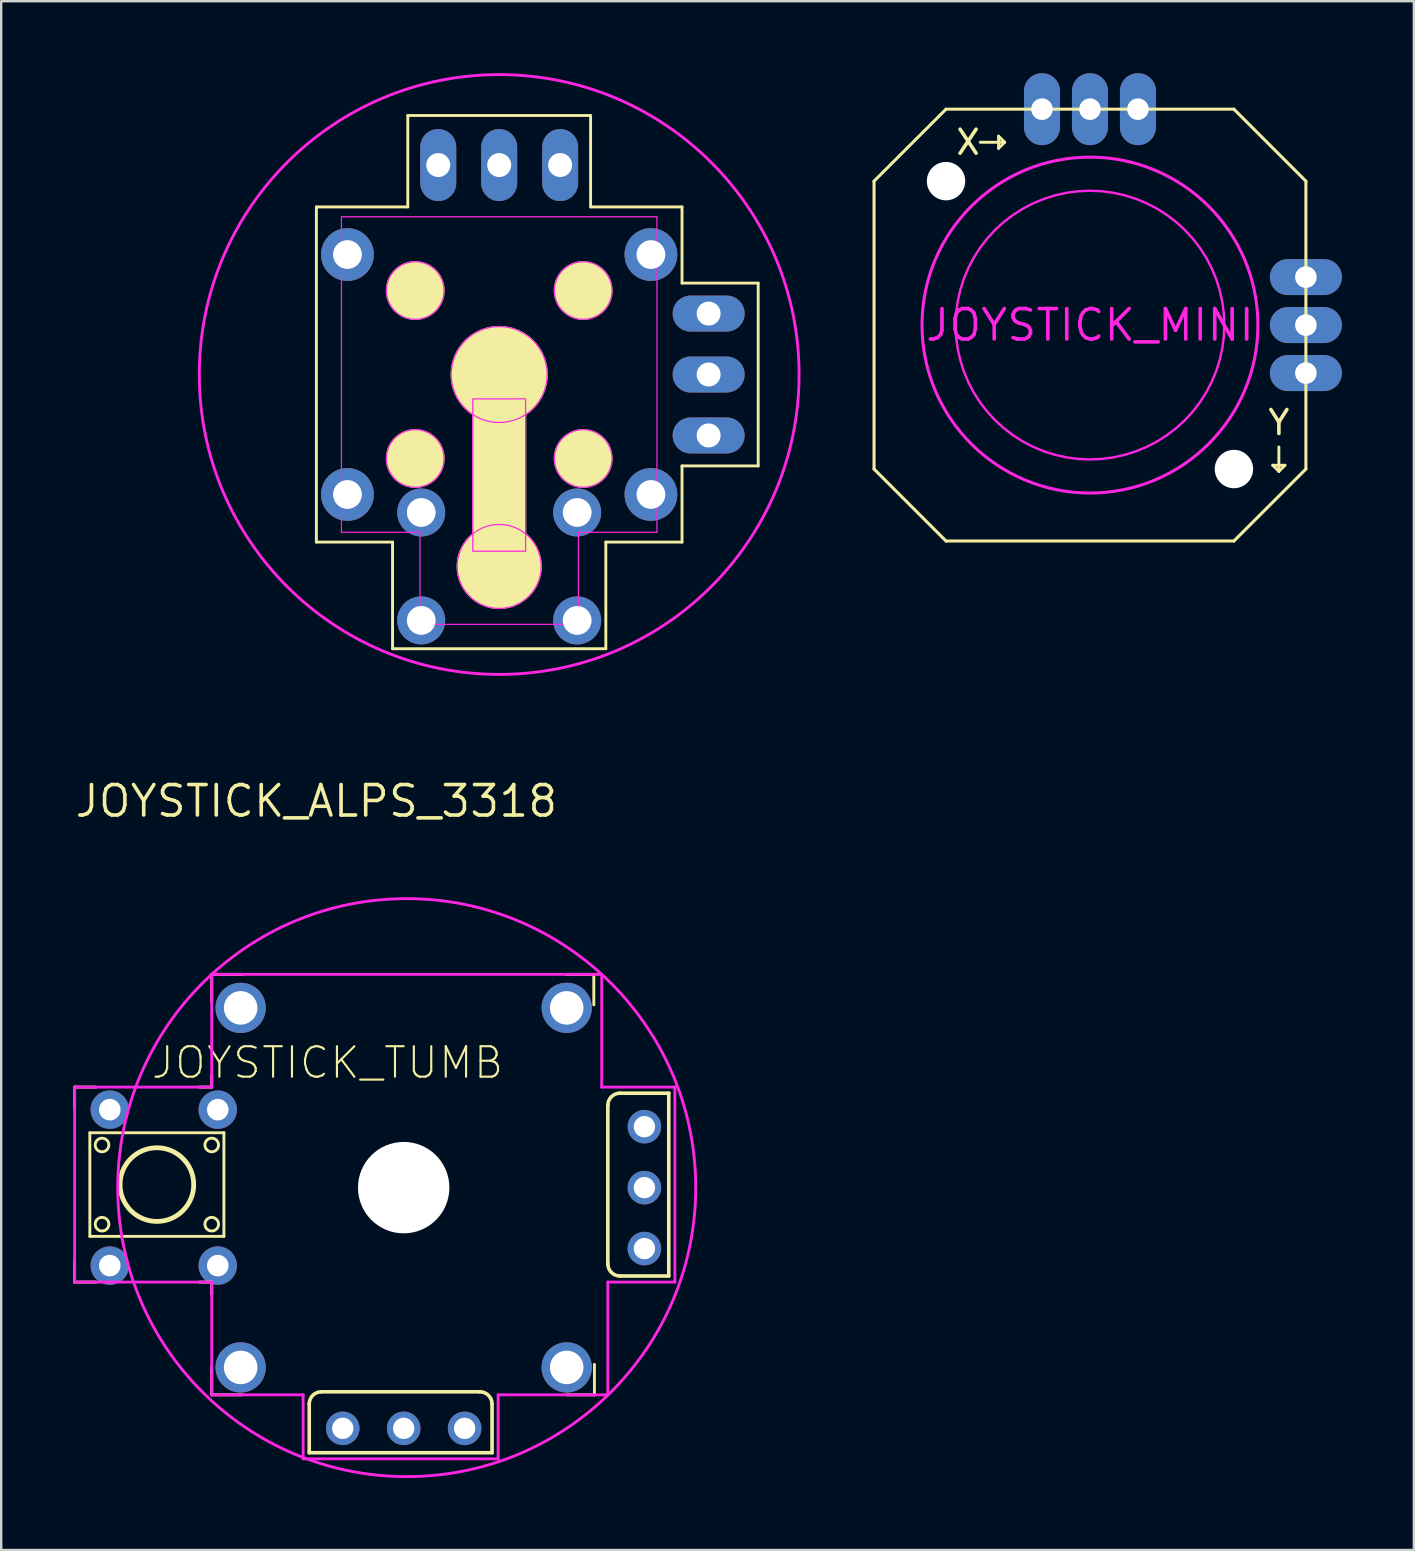
<source format=kicad_pcb>
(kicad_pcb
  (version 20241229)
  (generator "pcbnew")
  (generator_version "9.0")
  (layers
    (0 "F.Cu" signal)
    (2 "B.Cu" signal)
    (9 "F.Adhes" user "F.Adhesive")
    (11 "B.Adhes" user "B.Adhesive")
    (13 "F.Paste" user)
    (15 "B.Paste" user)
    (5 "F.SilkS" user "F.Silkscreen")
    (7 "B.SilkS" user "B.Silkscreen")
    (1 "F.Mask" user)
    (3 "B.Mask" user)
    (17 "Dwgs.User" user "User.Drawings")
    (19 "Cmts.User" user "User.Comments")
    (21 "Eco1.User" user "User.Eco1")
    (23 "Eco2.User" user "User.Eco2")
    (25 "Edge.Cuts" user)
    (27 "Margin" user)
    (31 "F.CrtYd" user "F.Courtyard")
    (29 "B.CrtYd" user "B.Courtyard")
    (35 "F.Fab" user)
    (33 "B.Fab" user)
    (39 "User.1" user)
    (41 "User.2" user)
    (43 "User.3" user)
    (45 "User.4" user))
  (footprint "JOYSTICK_MINI"
    (layer "F.Cu")
    (at 42.381 10.5)
    (property "Reference" "JOYSTICK_MINI" (at 0 0 0) (layer "F.CrtYd") (effects (font (size 1.27 1.27) (thickness 0.15))))
    (attr through_hole)
    (fp_line (start -9 -6) (end -6 -9) (stroke (width 0.127) (type solid)) (layer "F.SilkS"))
    (fp_line (start -9 6) (end -9 -6) (stroke (width 0.127) (type solid)) (layer "F.SilkS"))
    (fp_line (start -6 -9) (end 6 -9) (stroke (width 0.127) (type solid)) (layer "F.SilkS"))
    (fp_line (start -6 9) (end -9 6) (stroke (width 0.127) (type solid)) (layer "F.SilkS"))
    (fp_line (start -4.572 -7.62) (end -3.556 -7.62) (stroke (width 0.12) (type solid)) (layer "F.SilkS"))
    (fp_line (start -3.81 -7.874) (end -3.81 -7.366) (stroke (width 0.12) (type solid)) (layer "F.SilkS"))
    (fp_line (start -3.81 -7.366) (end -3.556 -7.62) (stroke (width 0.12) (type solid)) (layer "F.SilkS"))
    (fp_line (start -3.556 -7.62) (end -3.81 -7.874) (stroke (width 0.12) (type solid)) (layer "F.SilkS"))
    (fp_line (start 6 -9) (end 9 -6) (stroke (width 0.127) (type solid)) (layer "F.SilkS"))
    (fp_line (start 6 9) (end -6 9) (stroke (width 0.127) (type solid)) (layer "F.SilkS"))
    (fp_line (start 7.62 5.842) (end 7.874 6.096) (stroke (width 0.12) (type solid)) (layer "F.SilkS"))
    (fp_line (start 7.874 5.08) (end 7.874 6.096) (stroke (width 0.12) (type solid)) (layer "F.SilkS"))
    (fp_line (start 7.874 6.096) (end 8.128 5.842) (stroke (width 0.12) (type solid)) (layer "F.SilkS"))
    (fp_line (start 8.128 5.842) (end 7.62 5.842) (stroke (width 0.12) (type solid)) (layer "F.SilkS"))
    (fp_line (start 9 -6) (end 9 6) (stroke (width 0.127) (type solid)) (layer "F.SilkS"))
    (fp_line (start 9 6) (end 6 9) (stroke (width 0.127) (type solid)) (layer "F.SilkS"))
    (fp_circle (center 0 0) (end 7 0) (stroke (width 0.127) (type solid)) (fill no) (layer "F.CrtYd"))
    (fp_poly (pts (xy 0 -5.6) (xy 0.488 -5.579) (xy 0.972 -5.515) (xy 1.449 -5.409) (xy 1.915 -5.262) (xy 2.367 -5.075) (xy 2.8 -4.85) (xy 3.212 -4.587) (xy 3.6 -4.29) (xy 3.96 -3.96) (xy 4.29 -3.6) (xy 4.587 -3.212) (xy 4.85 -2.8) (xy 5.075 -2.367) (xy 5.262 -1.915) (xy 5.409 -1.449) (xy 5.515 -0.972) (xy 5.579 -0.488) (xy 5.6 0) (xy 5.579 0.488) (xy 5.515 0.972) (xy 5.409 1.449) (xy 5.262 1.915) (xy 5.075 2.367) (xy 4.85 2.8) (xy 4.587 3.212) (xy 4.29 3.6) (xy 3.96 3.96) (xy 3.6 4.29) (xy 3.212 4.587) (xy 2.8 4.85) (xy 2.367 5.075) (xy 1.915 5.262) (xy 1.449 5.409) (xy 0.972 5.515) (xy 0.488 5.579) (xy 0 5.6) (xy -0.488 5.579) (xy -0.972 5.515) (xy -1.449 5.409) (xy -1.915 5.262) (xy -2.367 5.075) (xy -2.8 4.85) (xy -3.212 4.587) (xy -3.6 4.29) (xy -3.96 3.96) (xy -4.29 3.6) (xy -4.587 3.212) (xy -4.85 2.8) (xy -5.075 2.367) (xy -5.262 1.915) (xy -5.409 1.449) (xy -5.515 0.972) (xy -5.579 0.488) (xy -5.6 0) (xy -5.579 -0.488) (xy -5.515 -0.972) (xy -5.409 -1.449) (xy -5.262 -1.915) (xy -5.075 -2.367) (xy -4.85 -2.8) (xy -4.587 -3.212) (xy -4.29 -3.6) (xy -3.96 -3.96) (xy -3.6 -4.29) (xy -3.212 -4.587) (xy -2.8 -4.85) (xy -2.367 -5.075) (xy -1.915 -5.262) (xy -1.449 -5.409) (xy -0.972 -5.515) (xy -0.488 -5.579)) (stroke (width 0.1) (type solid)) (fill no) (layer "F.CrtYd"))
    (fp_text user "Y" (at 7.874 4.064 0) (layer "F.SilkS") (effects (font (size 1 1) (thickness 0.15))))
    (fp_text user "X" (at -5.08 -7.62 0) (layer "F.SilkS") (effects (font (size 1 1) (thickness 0.15))))
    (pad "" np_thru_hole circle (at -6 -6) (size 1.6 1.6) (drill 1.6) (layers "*.Cu" "*.Mask"))
    (pad "" np_thru_hole circle (at 6 6) (size 1.6 1.6) (drill 1.6) (layers "*.Cu" "*.Mask"))
    (pad "1" thru_hole oval (at -2 -9 90) (size 3 1.5) (drill 0.9) (layers "*.Cu" "*.Mask"))
    (pad "2" thru_hole oval (at 0 -9 90) (size 3 1.5) (drill 0.9) (layers "*.Cu" "*.Mask"))
    (pad "3" thru_hole oval (at 2 -9 90) (size 3 1.5) (drill 0.9) (layers "*.Cu" "*.Mask"))
    (pad "4" thru_hole oval (at 9 -2) (size 3 1.5) (drill 0.9) (layers "*.Cu" "*.Mask"))
    (pad "5" thru_hole oval (at 9 0) (size 3 1.5) (drill 0.9) (layers "*.Cu" "*.Mask"))
    (pad "6" thru_hole oval (at 9 2) (size 3 1.5) (drill 0.9) (layers "*.Cu" "*.Mask")))
  (footprint "JOYSTICK_ALPS_3318"
    (layer "F.Cu")
    (at 17.757 12.56)
    (property "Reference" "JOYSTICK_ALPS_3318" (at -7.62 17.78 0) (layer "F.SilkS") (effects (font (size 1.27 1.27) (thickness 0.15))))
    (attr through_hole)
    (fp_line (start -7.62 -6.985) (end -3.81 -6.985) (stroke (width 0.12) (type solid)) (layer "F.SilkS"))
    (fp_line (start -7.62 6.985) (end -7.62 -6.985) (stroke (width 0.12) (type solid)) (layer "F.SilkS"))
    (fp_line (start -4.445 6.985) (end -7.62 6.985) (stroke (width 0.12) (type solid)) (layer "F.SilkS"))
    (fp_line (start -4.445 11.43) (end -4.445 6.985) (stroke (width 0.12) (type solid)) (layer "F.SilkS"))
    (fp_line (start -3.81 -10.795) (end 3.81 -10.795) (stroke (width 0.12) (type solid)) (layer "F.SilkS"))
    (fp_line (start -3.81 -6.985) (end -3.81 -10.795) (stroke (width 0.12) (type solid)) (layer "F.SilkS"))
    (fp_line (start 3.81 -10.795) (end 3.81 -6.985) (stroke (width 0.12) (type solid)) (layer "F.SilkS"))
    (fp_line (start 3.81 -6.985) (end 7.62 -6.985) (stroke (width 0.12) (type solid)) (layer "F.SilkS"))
    (fp_line (start 4.445 6.985) (end 4.445 11.43) (stroke (width 0.12) (type solid)) (layer "F.SilkS"))
    (fp_line (start 4.445 11.43) (end -4.445 11.43) (stroke (width 0.12) (type solid)) (layer "F.SilkS"))
    (fp_line (start 7.62 -6.985) (end 7.62 -3.81) (stroke (width 0.12) (type solid)) (layer "F.SilkS"))
    (fp_line (start 7.62 -3.81) (end 10.795 -3.81) (stroke (width 0.12) (type solid)) (layer "F.SilkS"))
    (fp_line (start 7.62 3.81) (end 7.62 6.985) (stroke (width 0.12) (type solid)) (layer "F.SilkS"))
    (fp_line (start 7.62 6.985) (end 4.445 6.985) (stroke (width 0.12) (type solid)) (layer "F.SilkS"))
    (fp_line (start 10.795 -3.81) (end 10.795 3.81) (stroke (width 0.12) (type solid)) (layer "F.SilkS"))
    (fp_line (start 10.795 3.81) (end 7.62 3.81) (stroke (width 0.12) (type solid)) (layer "F.SilkS"))
    (fp_rect (start -1.1 1.016) (end 1.1 7.366) (stroke (width 0.05) (type solid)) (fill yes) (layer "F.SilkS"))
    (fp_circle (center -3.5 -3.5) (end -2.3 -3.5) (stroke (width 0.05) (type solid)) (fill yes) (layer "F.SilkS"))
    (fp_circle (center -3.5 3.5) (end -2.3 3.5) (stroke (width 0.05) (type solid)) (fill yes) (layer "F.SilkS"))
    (fp_circle (center 0 0) (end 2 0) (stroke (width 0.05) (type solid)) (fill yes) (layer "F.SilkS"))
    (fp_circle (center 0 8) (end 1.75 8) (stroke (width 0.05) (type solid)) (fill yes) (layer "F.SilkS"))
    (fp_circle (center 3.5 -3.5) (end 4.7 -3.5) (stroke (width 0.05) (type solid)) (fill yes) (layer "F.SilkS"))
    (fp_circle (center 3.5 3.5) (end 4.7 3.5) (stroke (width 0.05) (type solid)) (fill yes) (layer "F.SilkS"))
    (fp_line (start -6.575 -6.575) (end 6.575 -6.575) (stroke (width 0.05) (type solid)) (layer "F.CrtYd"))
    (fp_line (start -6.575 6.575) (end -6.575 -6.575) (stroke (width 0.05) (type solid)) (layer "F.CrtYd"))
    (fp_line (start -3.302 6.575) (end -6.575 6.575) (stroke (width 0.05) (type solid)) (layer "F.CrtYd"))
    (fp_line (start -3.302 10.414) (end -3.302 6.575) (stroke (width 0.05) (type solid)) (layer "F.CrtYd"))
    (fp_line (start 3.302 6.575) (end 3.302 10.414) (stroke (width 0.05) (type solid)) (layer "F.CrtYd"))
    (fp_line (start 3.302 10.414) (end -3.302 10.414) (stroke (width 0.05) (type solid)) (layer "F.CrtYd"))
    (fp_line (start 6.575 -6.575) (end 6.575 6.575) (stroke (width 0.05) (type solid)) (layer "F.CrtYd"))
    (fp_line (start 6.575 6.575) (end 3.302 6.575) (stroke (width 0.05) (type solid)) (layer "F.CrtYd"))
    (fp_rect (start -1.1 1.016) (end 1.1 7.366) (stroke (width 0.05) (type solid)) (fill no) (layer "F.CrtYd"))
    (fp_circle (center -3.5 -3.5) (end -2.3 -3.5) (stroke (width 0.05) (type solid)) (fill no) (layer "F.CrtYd"))
    (fp_circle (center -3.5 3.5) (end -2.3 3.5) (stroke (width 0.05) (type solid)) (fill no) (layer "F.CrtYd"))
    (fp_circle (center 0 0) (end 2 0) (stroke (width 0.05) (type solid)) (fill no) (layer "F.CrtYd"))
    (fp_circle (center 0 0) (end 12.5 0) (stroke (width 0.12) (type solid)) (fill no) (layer "F.CrtYd"))
    (fp_circle (center 0 8) (end 1.75 8) (stroke (width 0.05) (type solid)) (fill no) (layer "F.CrtYd"))
    (fp_circle (center 3.5 -3.5) (end 4.7 -3.5) (stroke (width 0.05) (type solid)) (fill no) (layer "F.CrtYd"))
    (fp_circle (center 3.5 3.5) (end 4.7 3.5) (stroke (width 0.05) (type solid)) (fill no) (layer "F.CrtYd"))
    (pad "1" thru_hole oval (at 8.73 2.54 180) (size 3 1.5) (drill 1) (layers "*.Cu" "*.Mask"))
    (pad "2" thru_hole oval (at 8.73 0 180) (size 3 1.5) (drill 1) (layers "*.Cu" "*.Mask"))
    (pad "3" thru_hole oval (at 8.73 -2.54 180) (size 3 1.5) (drill 1) (layers "*.Cu" "*.Mask"))
    (pad "4" thru_hole oval (at 2.54 -8.73 90) (size 3 1.5) (drill 1) (layers "*.Cu" "*.Mask"))
    (pad "5" thru_hole oval (at 0 -8.73 90) (size 3 1.5) (drill 1) (layers "*.Cu" "*.Mask"))
    (pad "6" thru_hole oval (at -2.54 -8.73 90) (size 3 1.5) (drill 1) (layers "*.Cu" "*.Mask"))
    (pad "7" thru_hole circle (at -3.25 10.25 180) (size 2 2) (drill 1.2) (layers "*.Cu" "*.Mask"))
    (pad "7" thru_hole circle (at 3.25 10.25 180) (size 2 2) (drill 1.2) (layers "*.Cu" "*.Mask"))
    (pad "8" thru_hole circle (at -3.25 5.75 180) (size 2 2) (drill 1.2) (layers "*.Cu" "*.Mask"))
    (pad "8" thru_hole circle (at 3.25 5.75 180) (size 2 2) (drill 1.2) (layers "*.Cu" "*.Mask"))
    (pad "9" thru_hole circle (at -6.325 -5 180) (size 2.2 2.2) (drill 1.2) (layers "*.Cu" "*.Mask"))
    (pad "9" thru_hole circle (at -6.325 5 180) (size 2.2 2.2) (drill 1.2) (layers "*.Cu" "*.Mask"))
    (pad "9" thru_hole circle (at 6.325 -5 180) (size 2.2 2.2) (drill 1.2) (layers "*.Cu" "*.Mask"))
    (pad "9" thru_hole circle (at 6.325 5 180) (size 2.2 2.2) (drill 1.2) (layers "*.Cu" "*.Mask")))
  (footprint "JOYSTICK_TUMB"
    (layer "F.Cu")
    (at 13.776 46.452)
    (property "Reference" "JOYSTICK_TUMB" (at -3.175 -5.207 180) (layer "F.SilkS") (effects (font (size 1.27 1.27) (thickness 0.089))))
    (attr through_hole)
    (fp_line (start -13.716 -4.191) (end -12.827 -4.191) (stroke (width 0.12) (type solid)) (layer "F.SilkS"))
    (fp_line (start -13.716 -3.302) (end -13.716 -4.191) (stroke (width 0.12) (type solid)) (layer "F.SilkS"))
    (fp_line (start -13.716 3.937) (end -13.716 3.048) (stroke (width 0.12) (type solid)) (layer "F.SilkS"))
    (fp_line (start -13.081 -2.286) (end -13.081 2.032) (stroke (width 0.12) (type solid)) (layer "F.SilkS"))
    (fp_line (start -13.081 2.032) (end -7.493 2.032) (stroke (width 0.12) (type solid)) (layer "F.SilkS"))
    (fp_line (start -12.827 3.937) (end -13.716 3.937) (stroke (width 0.12) (type solid)) (layer "F.SilkS"))
    (fp_line (start -8.509 -4.191) (end -8.001 -4.191) (stroke (width 0.12) (type solid)) (layer "F.SilkS"))
    (fp_line (start -8.509 3.937) (end -8.001 3.937) (stroke (width 0.12) (type solid)) (layer "F.SilkS"))
    (fp_line (start -8.001 -8.89) (end -8.001 -7.747) (stroke (width 0.12) (type solid)) (layer "F.SilkS"))
    (fp_line (start -8.001 -8.89) (end -6.731 -8.89) (stroke (width 0.12) (type solid)) (layer "F.SilkS"))
    (fp_line (start -8.001 -4.191) (end -8.001 -4.699) (stroke (width 0.12) (type solid)) (layer "F.SilkS"))
    (fp_line (start -8.001 3.937) (end -8.001 4.445) (stroke (width 0.12) (type solid)) (layer "F.SilkS"))
    (fp_line (start -8.001 8.636) (end -8.001 7.493) (stroke (width 0.12) (type solid)) (layer "F.SilkS"))
    (fp_line (start -7.493 -2.286) (end -13.081 -2.286) (stroke (width 0.12) (type solid)) (layer "F.SilkS"))
    (fp_line (start -7.493 2.032) (end -7.493 -2.286) (stroke (width 0.12) (type solid)) (layer "F.SilkS"))
    (fp_line (start -6.731 8.636) (end -8.001 8.636) (stroke (width 0.12) (type solid)) (layer "F.SilkS"))
    (fp_line (start -3.937 11.049) (end -3.937 9.017) (stroke (width 0.15) (type solid)) (layer "F.SilkS"))
    (fp_line (start -3.937 11.049) (end 3.683 11.049) (stroke (width 0.15) (type solid)) (layer "F.SilkS"))
    (fp_line (start 3.175 8.509) (end -3.429 8.509) (stroke (width 0.15) (type solid)) (layer "F.SilkS"))
    (fp_line (start 3.683 11.049) (end 3.683 9.017) (stroke (width 0.15) (type solid)) (layer "F.SilkS"))
    (fp_line (start 6.782 -8.89) (end 7.925 -8.89) (stroke (width 0.12) (type solid)) (layer "F.SilkS"))
    (fp_line (start 6.807 8.636) (end 7.95 8.636) (stroke (width 0.12) (type solid)) (layer "F.SilkS"))
    (fp_line (start 7.925 -8.89) (end 7.925 -7.62) (stroke (width 0.12) (type solid)) (layer "F.SilkS"))
    (fp_line (start 7.95 8.636) (end 7.95 7.366) (stroke (width 0.12) (type solid)) (layer "F.SilkS"))
    (fp_line (start 8.509 -3.429) (end 8.509 3.175) (stroke (width 0.15) (type solid)) (layer "F.SilkS"))
    (fp_line (start 11.049 -3.937) (end 9.017 -3.937) (stroke (width 0.15) (type solid)) (layer "F.SilkS"))
    (fp_line (start 11.049 3.683) (end 9.017 3.683) (stroke (width 0.15) (type solid)) (layer "F.SilkS"))
    (fp_line (start 11.049 3.683) (end 11.049 -3.937) (stroke (width 0.15) (type solid)) (layer "F.SilkS"))
    (fp_arc (start -3.937 9.017) (mid -3.78821 8.65779) (end -3.429 8.509) (stroke (width 0.15) (type solid)) (layer "F.SilkS"))
    (fp_arc (start 3.175 8.509) (mid 3.53421 8.65779) (end 3.683 9.017) (stroke (width 0.15) (type solid)) (layer "F.SilkS"))
    (fp_arc (start 8.509 -3.429) (mid 8.65779 -3.78821) (end 9.017 -3.937) (stroke (width 0.15) (type solid)) (layer "F.SilkS"))
    (fp_arc (start 9.017 3.683) (mid 8.65779 3.53421) (end 8.509 3.175) (stroke (width 0.15) (type solid)) (layer "F.SilkS"))
    (fp_circle (center -12.573 -1.778) (end -12.319 -1.651) (stroke (width 0.12) (type solid)) (fill no) (layer "F.SilkS"))
    (fp_circle (center -12.573 1.524) (end -12.319 1.651) (stroke (width 0.12) (type solid)) (fill no) (layer "F.SilkS"))
    (fp_circle (center -10.287 -0.127) (end -8.752 -0.127) (stroke (width 0.2) (type solid)) (fill no) (layer "F.SilkS"))
    (fp_circle (center -8.001 -1.778) (end -7.747 -1.651) (stroke (width 0.12) (type solid)) (fill no) (layer "F.SilkS"))
    (fp_circle (center -8.001 1.524) (end -7.747 1.651) (stroke (width 0.12) (type solid)) (fill no) (layer "F.SilkS"))
    (fp_line (start -13.716 -4.191) (end -8.001 -4.191) (stroke (width 0.12) (type solid)) (layer "F.CrtYd"))
    (fp_line (start -13.716 3.937) (end -13.716 -4.191) (stroke (width 0.12) (type solid)) (layer "F.CrtYd"))
    (fp_line (start -8.001 -8.89) (end 8.255 -8.89) (stroke (width 0.12) (type solid)) (layer "F.CrtYd"))
    (fp_line (start -8.001 -4.191) (end -8.001 -8.89) (stroke (width 0.12) (type solid)) (layer "F.CrtYd"))
    (fp_line (start -8.001 3.937) (end -13.716 3.937) (stroke (width 0.12) (type solid)) (layer "F.CrtYd"))
    (fp_line (start -8.001 8.636) (end -8.001 3.937) (stroke (width 0.12) (type solid)) (layer "F.CrtYd"))
    (fp_line (start -4.191 8.636) (end -8.001 8.636) (stroke (width 0.12) (type solid)) (layer "F.CrtYd"))
    (fp_line (start -4.191 11.303) (end -4.191 8.636) (stroke (width 0.12) (type solid)) (layer "F.CrtYd"))
    (fp_line (start 3.937 8.636) (end 3.937 11.303) (stroke (width 0.12) (type solid)) (layer "F.CrtYd"))
    (fp_line (start 3.937 11.303) (end -4.191 11.303) (stroke (width 0.12) (type solid)) (layer "F.CrtYd"))
    (fp_line (start 8.255 -8.89) (end 8.255 -4.191) (stroke (width 0.12) (type solid)) (layer "F.CrtYd"))
    (fp_line (start 8.255 -4.191) (end 11.303 -4.191) (stroke (width 0.12) (type solid)) (layer "F.CrtYd"))
    (fp_line (start 8.509 3.937) (end 8.509 8.636) (stroke (width 0.12) (type solid)) (layer "F.CrtYd"))
    (fp_line (start 8.509 8.636) (end 3.937 8.636) (stroke (width 0.12) (type solid)) (layer "F.CrtYd"))
    (fp_line (start 11.303 -4.191) (end 11.303 3.937) (stroke (width 0.12) (type solid)) (layer "F.CrtYd"))
    (fp_line (start 11.303 3.937) (end 8.509 3.937) (stroke (width 0.12) (type solid)) (layer "F.CrtYd"))
    (fp_circle (center 0.127 0) (end -8.001 -8.89) (stroke (width 0.12) (type solid)) (fill no) (layer "F.CrtYd"))
    (pad "" np_thru_hole circle (at 0 0 90) (size 3.81 3.81) (drill 3.81) (layers "*.Cu" "*.Mask"))
    (pad "1" thru_hole circle (at -2.54 10.033 90) (size 1.397 1.397) (drill 0.889) (layers "*.Cu" "*.Mask"))
    (pad "2" thru_hole circle (at 0 10.033 90) (size 1.397 1.397) (drill 0.889) (layers "*.Cu" "*.Mask"))
    (pad "3" thru_hole circle (at 2.54 10.033 90) (size 1.397 1.397) (drill 0.889) (layers "*.Cu" "*.Mask"))
    (pad "4" thru_hole circle (at 10.033 2.54 90) (size 1.397 1.397) (drill 0.889) (layers "*.Cu" "*.Mask"))
    (pad "5" thru_hole circle (at 10.033 0 90) (size 1.397 1.397) (drill 0.889) (layers "*.Cu" "*.Mask"))
    (pad "6" thru_hole circle (at 10.033 -2.54 90) (size 1.397 1.397) (drill 0.889) (layers "*.Cu" "*.Mask"))
    (pad "7" thru_hole circle (at -12.25 -3.25 90) (size 1.6 1.6) (drill 0.899) (layers "*.Cu" "*.Mask"))
    (pad "7" thru_hole circle (at -12.25 3.25 90) (size 1.6 1.6) (drill 0.899) (layers "*.Cu" "*.Mask"))
    (pad "8" thru_hole circle (at -7.75 -3.25 90) (size 1.6 1.6) (drill 0.899) (layers "*.Cu" "*.Mask"))
    (pad "8" thru_hole circle (at -7.75 3.25 90) (size 1.6 1.6) (drill 0.899) (layers "*.Cu" "*.Mask"))
    (pad "9" thru_hole circle (at -6.795 -7.493 90) (size 2.095 2.095) (drill 1.397) (layers "*.Cu" "*.Mask"))
    (pad "9" thru_hole circle (at -6.795 7.493 90) (size 2.095 2.095) (drill 1.397) (layers "*.Cu" "*.Mask"))
    (pad "9" thru_hole circle (at 6.795 -7.493 90) (size 2.095 2.095) (drill 1.397) (layers "*.Cu" "*.Mask"))
    (pad "9" thru_hole circle (at 6.795 7.493 90) (size 2.095 2.095) (drill 1.397) (layers "*.Cu" "*.Mask")))
  (gr_rect
    (start -3 -3)
    (end 55.881 61.557)
    (stroke (width 0.1) (type default))
    (fill no)
    (layer "Edge.Cuts")))
</source>
